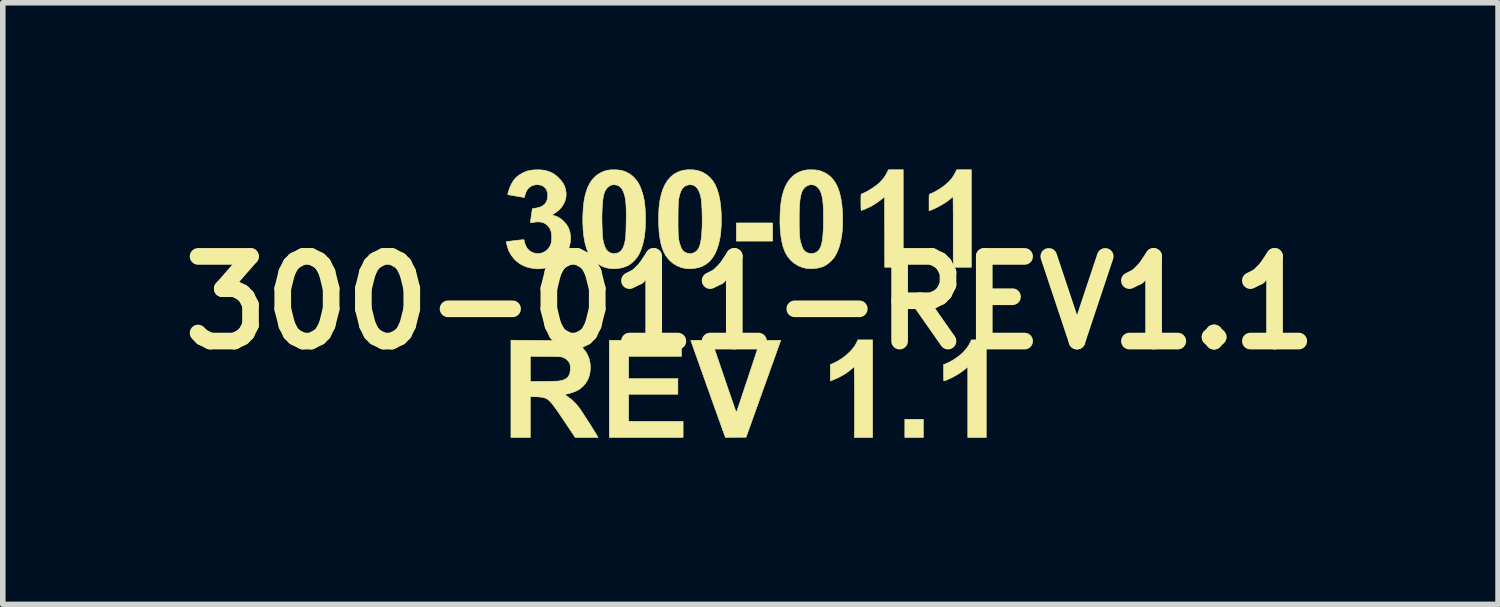
<source format=kicad_pcb>
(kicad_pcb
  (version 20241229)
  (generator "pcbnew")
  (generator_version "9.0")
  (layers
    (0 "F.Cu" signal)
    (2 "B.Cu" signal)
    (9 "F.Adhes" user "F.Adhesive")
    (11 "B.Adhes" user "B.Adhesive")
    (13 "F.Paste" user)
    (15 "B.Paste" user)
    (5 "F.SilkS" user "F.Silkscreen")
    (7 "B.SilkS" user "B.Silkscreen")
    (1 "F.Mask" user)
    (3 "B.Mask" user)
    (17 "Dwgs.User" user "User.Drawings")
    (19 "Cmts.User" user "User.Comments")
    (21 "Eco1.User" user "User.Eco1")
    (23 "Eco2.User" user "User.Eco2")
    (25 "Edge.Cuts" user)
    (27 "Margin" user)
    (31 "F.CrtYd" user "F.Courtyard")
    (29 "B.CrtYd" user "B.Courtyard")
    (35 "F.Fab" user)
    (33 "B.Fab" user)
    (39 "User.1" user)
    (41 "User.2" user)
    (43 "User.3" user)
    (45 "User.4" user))
  (footprint "300-011-REV1.1"
    (layer "F.Cu")
    (at 10.458 2.4)
    (property "Reference" "300-011-REV1.1" (at 0 0 0) (layer "F.SilkS") (effects (font (size 1.524 1.524) (thickness 0.3))))
    (attr through_hole)
    (fp_poly (pts (xy 0.399 -1.11) (xy -0.254 -1.11) (xy -0.254 -1.437) (xy 0.399 -1.437) (xy 0.399 -1.11)) (stroke (width 0.01) (type solid)) (fill yes) (layer "F.SilkS"))
    (fp_poly (pts (xy 3.113 2.424) (xy 2.779 2.424) (xy 2.779 2.097) (xy 3.113 2.097) (xy 3.113 2.424)) (stroke (width 0.01) (type solid)) (fill yes) (layer "F.SilkS"))
    (fp_poly (pts (xy -1.241 0.965) (xy -2.192 0.965) (xy -2.192 1.364) (xy -1.306 1.364) (xy -1.306 1.647) (xy -2.192 1.647) (xy -2.192 2.134) (xy -1.212 2.134) (xy -1.212 2.424) (xy -2.54 2.424) (xy -2.54 0.675) (xy -1.241 0.675) (xy -1.241 0.965)) (stroke (width 0.01) (type solid)) (fill yes) (layer "F.SilkS"))
    (fp_poly (pts (xy 4.245 2.424) (xy 3.912 2.424) (xy 3.912 1.154) (xy 3.863 1.195) (xy 3.797 1.246) (xy 3.721 1.295) (xy 3.641 1.34) (xy 3.561 1.378) (xy 3.529 1.391) (xy 3.505 1.399) (xy 3.487 1.406) (xy 3.48 1.408) (xy 3.479 1.401) (xy 3.478 1.382) (xy 3.477 1.352) (xy 3.476 1.315) (xy 3.476 1.271) (xy 3.476 1.26) (xy 3.476 1.112) (xy 3.511 1.1) (xy 3.568 1.074) (xy 3.631 1.04) (xy 3.695 0.999) (xy 3.757 0.954) (xy 3.813 0.907) (xy 3.82 0.9) (xy 3.884 0.831) (xy 3.935 0.756) (xy 3.956 0.716) (xy 3.978 0.668) (xy 4.245 0.668) (xy 4.245 2.424)) (stroke (width 0.01) (type solid)) (fill yes) (layer "F.SilkS"))
    (fp_poly (pts (xy 2.199 2.424) (xy 1.872 2.424) (xy 1.872 1.789) (xy 1.872 1.694) (xy 1.872 1.604) (xy 1.872 1.519) (xy 1.871 1.44) (xy 1.871 1.369) (xy 1.87 1.306) (xy 1.869 1.252) (xy 1.869 1.21) (xy 1.868 1.178) (xy 1.867 1.159) (xy 1.866 1.154) (xy 1.857 1.159) (xy 1.846 1.169) (xy 1.832 1.182) (xy 1.809 1.201) (xy 1.781 1.224) (xy 1.749 1.247) (xy 1.719 1.269) (xy 1.691 1.287) (xy 1.687 1.29) (xy 1.65 1.311) (xy 1.605 1.335) (xy 1.556 1.359) (xy 1.51 1.379) (xy 1.483 1.39) (xy 1.437 1.408) (xy 1.437 1.113) (xy 1.499 1.085) (xy 1.576 1.046) (xy 1.65 1) (xy 1.719 0.947) (xy 1.782 0.89) (xy 1.836 0.831) (xy 1.881 0.772) (xy 1.913 0.713) (xy 1.917 0.705) (xy 1.932 0.668) (xy 2.199 0.668) (xy 2.199 2.424)) (stroke (width 0.01) (type solid)) (fill yes) (layer "F.SilkS"))
    (fp_poly (pts (xy 2.75 -0.639) (xy 2.417 -0.639) (xy 2.413 -1.908) (xy 2.369 -1.871) (xy 2.313 -1.827) (xy 2.25 -1.784) (xy 2.186 -1.745) (xy 2.177 -1.74) (xy 2.152 -1.727) (xy 2.122 -1.713) (xy 2.089 -1.698) (xy 2.057 -1.684) (xy 2.029 -1.672) (xy 2.007 -1.665) (xy 1.996 -1.662) (xy 1.993 -1.669) (xy 1.991 -1.69) (xy 1.989 -1.726) (xy 1.989 -1.776) (xy 1.988 -1.811) (xy 1.989 -1.862) (xy 1.989 -1.9) (xy 1.99 -1.927) (xy 1.992 -1.945) (xy 1.994 -1.955) (xy 1.997 -1.959) (xy 1.999 -1.959) (xy 2.009 -1.963) (xy 2.03 -1.971) (xy 2.057 -1.984) (xy 2.088 -1.999) (xy 2.137 -2.027) (xy 2.19 -2.06) (xy 2.243 -2.097) (xy 2.291 -2.133) (xy 2.331 -2.167) (xy 2.332 -2.169) (xy 2.368 -2.208) (xy 2.405 -2.255) (xy 2.438 -2.305) (xy 2.458 -2.342) (xy 2.484 -2.395) (xy 2.75 -2.395) (xy 2.75 -0.639)) (stroke (width 0.01) (type solid)) (fill yes) (layer "F.SilkS"))
    (fp_poly (pts (xy 3.977 -0.639) (xy 3.65 -0.639) (xy 3.65 -1.274) (xy 3.65 -1.368) (xy 3.65 -1.459) (xy 3.65 -1.544) (xy 3.65 -1.622) (xy 3.649 -1.694) (xy 3.649 -1.757) (xy 3.648 -1.81) (xy 3.648 -1.853) (xy 3.647 -1.884) (xy 3.647 -1.903) (xy 3.646 -1.909) (xy 3.639 -1.904) (xy 3.624 -1.892) (xy 3.605 -1.876) (xy 3.604 -1.875) (xy 3.556 -1.836) (xy 3.497 -1.796) (xy 3.431 -1.756) (xy 3.362 -1.718) (xy 3.292 -1.685) (xy 3.246 -1.666) (xy 3.215 -1.655) (xy 3.215 -1.804) (xy 3.215 -1.854) (xy 3.215 -1.892) (xy 3.216 -1.919) (xy 3.218 -1.937) (xy 3.22 -1.948) (xy 3.223 -1.954) (xy 3.227 -1.957) (xy 3.228 -1.957) (xy 3.267 -1.973) (xy 3.313 -1.995) (xy 3.361 -2.022) (xy 3.407 -2.05) (xy 3.418 -2.057) (xy 3.498 -2.115) (xy 3.564 -2.173) (xy 3.619 -2.233) (xy 3.662 -2.295) (xy 3.681 -2.331) (xy 3.712 -2.394) (xy 3.977 -2.395) (xy 3.977 -0.639)) (stroke (width 0.01) (type solid)) (fill yes) (layer "F.SilkS"))
    (fp_poly (pts (xy 0.54 0.691) (xy 0.537 0.7) (xy 0.529 0.722) (xy 0.517 0.755) (xy 0.502 0.8) (xy 0.482 0.855) (xy 0.459 0.919) (xy 0.433 0.993) (xy 0.404 1.074) (xy 0.372 1.162) (xy 0.339 1.256) (xy 0.303 1.355) (xy 0.266 1.459) (xy 0.228 1.564) (xy -0.078 2.42) (xy -0.264 2.422) (xy -0.45 2.424) (xy -0.458 2.404) (xy -0.462 2.392) (xy -0.471 2.368) (xy -0.484 2.333) (xy -0.5 2.288) (xy -0.52 2.233) (xy -0.542 2.169) (xy -0.568 2.099) (xy -0.595 2.022) (xy -0.625 1.94) (xy -0.656 1.853) (xy -0.688 1.763) (xy -0.721 1.671) (xy -0.754 1.577) (xy -0.788 1.483) (xy -0.821 1.389) (xy -0.854 1.297) (xy -0.886 1.208) (xy -0.916 1.122) (xy -0.945 1.041) (xy -0.972 0.966) (xy -0.997 0.897) (xy -1.018 0.836) (xy -1.037 0.783) (xy -1.052 0.74) (xy -1.064 0.708) (xy -1.071 0.687) (xy -1.074 0.679) (xy -1.074 0.679) (xy -1.067 0.678) (xy -1.048 0.677) (xy -1.017 0.676) (xy -0.978 0.675) (xy -0.933 0.675) (xy -0.887 0.675) (xy -0.7 0.675) (xy -0.479 1.324) (xy -0.447 1.418) (xy -0.417 1.507) (xy -0.388 1.591) (xy -0.361 1.669) (xy -0.336 1.741) (xy -0.314 1.805) (xy -0.295 1.86) (xy -0.279 1.905) (xy -0.267 1.94) (xy -0.258 1.963) (xy -0.254 1.973) (xy -0.254 1.974) (xy -0.251 1.967) (xy -0.244 1.948) (xy -0.233 1.916) (xy -0.219 1.874) (xy -0.201 1.821) (xy -0.18 1.76) (xy -0.157 1.691) (xy -0.132 1.614) (xy -0.104 1.531) (xy -0.075 1.443) (xy -0.044 1.351) (xy -0.036 1.326) (xy 0.178 0.679) (xy 0.545 0.675) (xy 0.54 0.691)) (stroke (width 0.01) (type solid)) (fill yes) (layer "F.SilkS"))
    (fp_poly (pts (xy -1.017 -2.392) (xy -0.955 -2.382) (xy -0.897 -2.364) (xy -0.853 -2.345) (xy -0.787 -2.305) (xy -0.729 -2.256) (xy -0.678 -2.196) (xy -0.635 -2.126) (xy -0.6 -2.044) (xy -0.571 -1.95) (xy -0.549 -1.845) (xy -0.534 -1.728) (xy -0.525 -1.598) (xy -0.525 -1.57) (xy -0.524 -1.425) (xy -0.532 -1.292) (xy -0.547 -1.171) (xy -0.571 -1.061) (xy -0.602 -0.963) (xy -0.64 -0.877) (xy -0.687 -0.803) (xy -0.741 -0.741) (xy -0.802 -0.692) (xy -0.871 -0.654) (xy -0.938 -0.632) (xy -0.984 -0.623) (xy -1.037 -0.616) (xy -1.09 -0.613) (xy -1.139 -0.614) (xy -1.161 -0.616) (xy -1.246 -0.635) (xy -1.324 -0.667) (xy -1.395 -0.711) (xy -1.441 -0.749) (xy -1.488 -0.799) (xy -1.529 -0.856) (xy -1.563 -0.921) (xy -1.591 -0.994) (xy -1.614 -1.077) (xy -1.631 -1.17) (xy -1.644 -1.275) (xy -1.651 -1.392) (xy -1.652 -1.43) (xy -1.653 -1.496) (xy -1.303 -1.496) (xy -1.303 -1.427) (xy -1.303 -1.361) (xy -1.301 -1.299) (xy -1.3 -1.245) (xy -1.297 -1.199) (xy -1.294 -1.165) (xy -1.293 -1.154) (xy -1.283 -1.101) (xy -1.268 -1.049) (xy -1.252 -1.003) (xy -1.235 -0.965) (xy -1.228 -0.954) (xy -1.2 -0.924) (xy -1.162 -0.902) (xy -1.119 -0.888) (xy -1.089 -0.885) (xy -1.053 -0.889) (xy -1.019 -0.9) (xy -1.008 -0.905) (xy -0.979 -0.924) (xy -0.953 -0.949) (xy -0.932 -0.982) (xy -0.914 -1.023) (xy -0.9 -1.073) (xy -0.889 -1.135) (xy -0.88 -1.207) (xy -0.874 -1.293) (xy -0.871 -1.339) (xy -0.869 -1.401) (xy -0.868 -1.469) (xy -0.869 -1.54) (xy -0.87 -1.611) (xy -0.872 -1.68) (xy -0.876 -1.745) (xy -0.88 -1.802) (xy -0.884 -1.85) (xy -0.889 -1.881) (xy -0.906 -1.954) (xy -0.929 -2.014) (xy -0.958 -2.062) (xy -0.992 -2.096) (xy -1.032 -2.117) (xy -1.077 -2.125) (xy -1.123 -2.121) (xy -1.165 -2.107) (xy -1.2 -2.083) (xy -1.23 -2.048) (xy -1.255 -2.003) (xy -1.274 -1.944) (xy -1.29 -1.874) (xy -1.293 -1.846) (xy -1.296 -1.806) (xy -1.299 -1.756) (xy -1.301 -1.698) (xy -1.302 -1.634) (xy -1.303 -1.566) (xy -1.303 -1.496) (xy -1.653 -1.496) (xy -1.653 -1.577) (xy -1.646 -1.712) (xy -1.631 -1.834) (xy -1.607 -1.945) (xy -1.576 -2.044) (xy -1.537 -2.13) (xy -1.49 -2.205) (xy -1.435 -2.267) (xy -1.373 -2.317) (xy -1.324 -2.345) (xy -1.267 -2.369) (xy -1.208 -2.385) (xy -1.144 -2.393) (xy -1.089 -2.395) (xy -1.017 -2.392)) (stroke (width 0.01) (type solid)) (fill yes) (layer "F.SilkS"))
    (fp_poly (pts (xy -3.83 0.677) (xy -3.73 0.678) (xy -3.644 0.679) (xy -3.57 0.68) (xy -3.507 0.681) (xy -3.453 0.682) (xy -3.408 0.683) (xy -3.369 0.685) (xy -3.337 0.687) (xy -3.309 0.69) (xy -3.285 0.693) (xy -3.263 0.696) (xy -3.242 0.7) (xy -3.221 0.705) (xy -3.211 0.708) (xy -3.137 0.733) (xy -3.071 0.771) (xy -3.013 0.82) (xy -2.965 0.88) (xy -2.936 0.931) (xy -2.907 0.998) (xy -2.89 1.063) (xy -2.882 1.133) (xy -2.881 1.165) (xy -2.886 1.241) (xy -2.9 1.311) (xy -2.925 1.378) (xy -2.932 1.392) (xy -2.969 1.452) (xy -3.017 1.507) (xy -3.072 1.552) (xy -3.11 1.576) (xy -3.149 1.594) (xy -3.196 1.612) (xy -3.245 1.628) (xy -3.29 1.64) (xy -3.311 1.644) (xy -3.328 1.648) (xy -3.338 1.652) (xy -3.338 1.653) (xy -3.332 1.659) (xy -3.317 1.671) (xy -3.295 1.687) (xy -3.278 1.698) (xy -3.205 1.755) (xy -3.136 1.824) (xy -3.073 1.903) (xy -3.07 1.907) (xy -3.056 1.927) (xy -3.037 1.957) (xy -3.012 1.994) (xy -2.984 2.038) (xy -2.953 2.085) (xy -2.921 2.135) (xy -2.889 2.186) (xy -2.857 2.236) (xy -2.828 2.282) (xy -2.802 2.324) (xy -2.78 2.36) (xy -2.764 2.386) (xy -2.754 2.403) (xy -2.754 2.404) (xy -2.743 2.424) (xy -3.154 2.424) (xy -3.32 2.177) (xy -3.375 2.094) (xy -3.424 2.023) (xy -3.465 1.962) (xy -3.502 1.91) (xy -3.533 1.867) (xy -3.56 1.832) (xy -3.583 1.803) (xy -3.604 1.78) (xy -3.623 1.761) (xy -3.64 1.747) (xy -3.657 1.735) (xy -3.674 1.725) (xy -3.684 1.72) (xy -3.725 1.706) (xy -3.78 1.697) (xy -3.847 1.692) (xy -3.888 1.691) (xy -3.962 1.691) (xy -3.962 2.424) (xy -4.311 2.424) (xy -4.311 1.415) (xy -3.962 1.415) (xy -3.736 1.415) (xy -3.676 1.415) (xy -3.619 1.414) (xy -3.565 1.413) (xy -3.519 1.412) (xy -3.481 1.41) (xy -3.454 1.409) (xy -3.449 1.408) (xy -3.386 1.396) (xy -3.335 1.376) (xy -3.295 1.347) (xy -3.267 1.309) (xy -3.249 1.261) (xy -3.241 1.204) (xy -3.241 1.19) (xy -3.242 1.156) (xy -3.245 1.124) (xy -3.25 1.101) (xy -3.25 1.1) (xy -3.268 1.066) (xy -3.296 1.033) (xy -3.331 1.005) (xy -3.366 0.986) (xy -3.377 0.981) (xy -3.388 0.978) (xy -3.401 0.975) (xy -3.416 0.973) (xy -3.436 0.971) (xy -3.463 0.97) (xy -3.497 0.969) (xy -3.541 0.968) (xy -3.595 0.968) (xy -3.662 0.967) (xy -3.685 0.967) (xy -3.962 0.964) (xy -3.962 1.415) (xy -4.311 1.415) (xy -4.311 0.674) (xy -3.83 0.677)) (stroke (width 0.01) (type solid)) (fill yes) (layer "F.SilkS"))
    (fp_poly (pts (xy 1.125 -2.394) (xy 1.178 -2.39) (xy 1.223 -2.384) (xy 1.28 -2.367) (xy 1.34 -2.34) (xy 1.395 -2.306) (xy 1.435 -2.275) (xy 1.488 -2.219) (xy 1.533 -2.153) (xy 1.572 -2.075) (xy 1.603 -1.987) (xy 1.627 -1.887) (xy 1.645 -1.776) (xy 1.656 -1.652) (xy 1.659 -1.575) (xy 1.66 -1.438) (xy 1.655 -1.313) (xy 1.642 -1.199) (xy 1.622 -1.095) (xy 1.596 -1.001) (xy 1.562 -0.914) (xy 1.551 -0.893) (xy 1.532 -0.856) (xy 1.515 -0.826) (xy 1.495 -0.8) (xy 1.47 -0.773) (xy 1.452 -0.754) (xy 1.404 -0.71) (xy 1.358 -0.677) (xy 1.31 -0.653) (xy 1.257 -0.635) (xy 1.246 -0.632) (xy 1.195 -0.622) (xy 1.137 -0.615) (xy 1.079 -0.613) (xy 1.027 -0.616) (xy 1.017 -0.617) (xy 0.936 -0.635) (xy 0.86 -0.667) (xy 0.79 -0.71) (xy 0.727 -0.764) (xy 0.673 -0.828) (xy 0.629 -0.901) (xy 0.615 -0.933) (xy 0.586 -1.013) (xy 0.564 -1.106) (xy 0.547 -1.21) (xy 0.536 -1.324) (xy 0.531 -1.447) (xy 0.532 -1.5) (xy 0.878 -1.5) (xy 0.878 -1.425) (xy 0.879 -1.353) (xy 0.881 -1.286) (xy 0.884 -1.227) (xy 0.888 -1.177) (xy 0.892 -1.145) (xy 0.902 -1.099) (xy 0.915 -1.052) (xy 0.93 -1.008) (xy 0.946 -0.973) (xy 0.956 -0.954) (xy 0.987 -0.922) (xy 1.025 -0.9) (xy 1.069 -0.888) (xy 1.116 -0.887) (xy 1.162 -0.898) (xy 1.173 -0.903) (xy 1.201 -0.92) (xy 1.226 -0.942) (xy 1.247 -0.972) (xy 1.265 -1.009) (xy 1.28 -1.054) (xy 1.292 -1.109) (xy 1.301 -1.175) (xy 1.307 -1.251) (xy 1.312 -1.339) (xy 1.314 -1.441) (xy 1.314 -1.513) (xy 1.313 -1.606) (xy 1.312 -1.687) (xy 1.309 -1.756) (xy 1.304 -1.816) (xy 1.298 -1.867) (xy 1.289 -1.912) (xy 1.279 -1.951) (xy 1.267 -1.987) (xy 1.255 -2.015) (xy 1.227 -2.061) (xy 1.192 -2.094) (xy 1.152 -2.116) (xy 1.11 -2.126) (xy 1.066 -2.123) (xy 1.022 -2.107) (xy 0.981 -2.078) (xy 0.976 -2.072) (xy 0.953 -2.046) (xy 0.934 -2.015) (xy 0.919 -1.978) (xy 0.907 -1.932) (xy 0.896 -1.874) (xy 0.895 -1.872) (xy 0.89 -1.832) (xy 0.886 -1.779) (xy 0.882 -1.717) (xy 0.88 -1.649) (xy 0.878 -1.576) (xy 0.878 -1.5) (xy 0.532 -1.5) (xy 0.532 -1.568) (xy 0.539 -1.697) (xy 0.551 -1.814) (xy 0.57 -1.918) (xy 0.596 -2.012) (xy 0.628 -2.094) (xy 0.667 -2.167) (xy 0.713 -2.23) (xy 0.758 -2.277) (xy 0.8 -2.31) (xy 0.851 -2.34) (xy 0.906 -2.365) (xy 0.959 -2.382) (xy 0.969 -2.384) (xy 1.014 -2.391) (xy 1.068 -2.394) (xy 1.125 -2.394)) (stroke (width 0.01) (type solid)) (fill yes) (layer "F.SilkS"))
    (fp_poly (pts (xy -2.424 -2.394) (xy -2.371 -2.39) (xy -2.326 -2.384) (xy -2.252 -2.361) (xy -2.182 -2.325) (xy -2.119 -2.278) (xy -2.097 -2.257) (xy -2.05 -2.203) (xy -2.011 -2.144) (xy -1.979 -2.078) (xy -1.957 -2.017) (xy -1.937 -1.955) (xy -1.922 -1.894) (xy -1.91 -1.832) (xy -1.901 -1.765) (xy -1.895 -1.691) (xy -1.89 -1.607) (xy -1.889 -1.571) (xy -1.889 -1.429) (xy -1.896 -1.297) (xy -1.911 -1.176) (xy -1.934 -1.065) (xy -1.965 -0.966) (xy -2.003 -0.878) (xy -2.005 -0.875) (xy -2.037 -0.823) (xy -2.078 -0.773) (xy -2.124 -0.727) (xy -2.172 -0.689) (xy -2.214 -0.665) (xy -2.285 -0.638) (xy -2.363 -0.62) (xy -2.444 -0.613) (xy -2.522 -0.616) (xy -2.532 -0.617) (xy -2.608 -0.633) (xy -2.677 -0.66) (xy -2.741 -0.698) (xy -2.803 -0.749) (xy -2.82 -0.765) (xy -2.851 -0.798) (xy -2.875 -0.825) (xy -2.893 -0.851) (xy -2.909 -0.88) (xy -2.915 -0.893) (xy -2.951 -0.98) (xy -2.979 -1.079) (xy -2.999 -1.191) (xy -3.012 -1.315) (xy -3.018 -1.452) (xy -3.017 -1.557) (xy -2.673 -1.557) (xy -2.673 -1.493) (xy -2.672 -1.428) (xy -2.67 -1.362) (xy -2.668 -1.3) (xy -2.665 -1.243) (xy -2.662 -1.194) (xy -2.658 -1.156) (xy -2.656 -1.139) (xy -2.646 -1.093) (xy -2.633 -1.046) (xy -2.617 -1.002) (xy -2.6 -0.967) (xy -2.59 -0.951) (xy -2.559 -0.92) (xy -2.52 -0.898) (xy -2.475 -0.887) (xy -2.453 -0.886) (xy -2.404 -0.892) (xy -2.375 -0.903) (xy -2.341 -0.924) (xy -2.314 -0.955) (xy -2.291 -0.996) (xy -2.276 -1.037) (xy -2.267 -1.067) (xy -2.26 -1.096) (xy -2.254 -1.126) (xy -2.249 -1.16) (xy -2.246 -1.198) (xy -2.243 -1.244) (xy -2.24 -1.299) (xy -2.239 -1.364) (xy -2.237 -1.441) (xy -2.237 -1.451) (xy -2.236 -1.545) (xy -2.236 -1.626) (xy -2.237 -1.696) (xy -2.24 -1.757) (xy -2.244 -1.809) (xy -2.249 -1.855) (xy -2.256 -1.897) (xy -2.266 -1.935) (xy -2.277 -1.972) (xy -2.287 -1.999) (xy -2.307 -2.04) (xy -2.336 -2.076) (xy -2.369 -2.103) (xy -2.404 -2.118) (xy -2.452 -2.125) (xy -2.495 -2.121) (xy -2.533 -2.105) (xy -2.571 -2.074) (xy -2.574 -2.071) (xy -2.596 -2.046) (xy -2.615 -2.015) (xy -2.63 -1.978) (xy -2.643 -1.934) (xy -2.653 -1.881) (xy -2.66 -1.817) (xy -2.666 -1.742) (xy -2.67 -1.669) (xy -2.672 -1.616) (xy -2.673 -1.557) (xy -3.017 -1.557) (xy -3.017 -1.566) (xy -3.01 -1.695) (xy -2.998 -1.812) (xy -2.979 -1.916) (xy -2.954 -2.009) (xy -2.923 -2.091) (xy -2.884 -2.164) (xy -2.839 -2.227) (xy -2.794 -2.274) (xy -2.748 -2.31) (xy -2.693 -2.342) (xy -2.635 -2.368) (xy -2.58 -2.384) (xy -2.535 -2.391) (xy -2.481 -2.394) (xy -2.424 -2.394)) (stroke (width 0.01) (type solid)) (fill yes) (layer "F.SilkS"))
    (fp_poly (pts (xy -3.782 -2.393) (xy -3.725 -2.387) (xy -3.69 -2.381) (xy -3.625 -2.362) (xy -3.57 -2.338) (xy -3.52 -2.307) (xy -3.471 -2.266) (xy -3.451 -2.246) (xy -3.406 -2.198) (xy -3.373 -2.152) (xy -3.348 -2.105) (xy -3.33 -2.053) (xy -3.328 -2.043) (xy -3.317 -1.973) (xy -3.32 -1.904) (xy -3.336 -1.836) (xy -3.365 -1.772) (xy -3.406 -1.712) (xy -3.458 -1.659) (xy -3.518 -1.615) (xy -3.54 -1.601) (xy -3.556 -1.589) (xy -3.563 -1.582) (xy -3.563 -1.582) (xy -3.557 -1.577) (xy -3.541 -1.571) (xy -3.529 -1.568) (xy -3.47 -1.546) (xy -3.412 -1.511) (xy -3.357 -1.463) (xy -3.356 -1.463) (xy -3.307 -1.404) (xy -3.271 -1.339) (xy -3.248 -1.268) (xy -3.238 -1.19) (xy -3.237 -1.163) (xy -3.244 -1.078) (xy -3.264 -0.997) (xy -3.296 -0.921) (xy -3.339 -0.85) (xy -3.393 -0.787) (xy -3.456 -0.732) (xy -3.527 -0.686) (xy -3.605 -0.65) (xy -3.689 -0.626) (xy -3.741 -0.617) (xy -3.782 -0.613) (xy -3.814 -0.611) (xy -3.845 -0.611) (xy -3.879 -0.614) (xy -3.904 -0.617) (xy -3.995 -0.634) (xy -4.077 -0.663) (xy -4.152 -0.703) (xy -4.22 -0.756) (xy -4.255 -0.791) (xy -4.307 -0.858) (xy -4.349 -0.934) (xy -4.378 -1.018) (xy -4.389 -1.068) (xy -4.396 -1.101) (xy -4.239 -1.12) (xy -4.193 -1.125) (xy -4.152 -1.13) (xy -4.118 -1.133) (xy -4.093 -1.135) (xy -4.079 -1.135) (xy -4.077 -1.135) (xy -4.073 -1.126) (xy -4.071 -1.114) (xy -4.068 -1.092) (xy -4.058 -1.062) (xy -4.045 -1.03) (xy -4.03 -0.999) (xy -4.019 -0.981) (xy -4 -0.959) (xy -3.976 -0.937) (xy -3.96 -0.925) (xy -3.909 -0.9) (xy -3.854 -0.887) (xy -3.799 -0.887) (xy -3.746 -0.899) (xy -3.696 -0.923) (xy -3.653 -0.959) (xy -3.652 -0.96) (xy -3.62 -1) (xy -3.598 -1.042) (xy -3.584 -1.088) (xy -3.578 -1.143) (xy -3.577 -1.178) (xy -3.58 -1.237) (xy -3.59 -1.287) (xy -3.607 -1.33) (xy -3.633 -1.369) (xy -3.65 -1.389) (xy -3.691 -1.423) (xy -3.739 -1.445) (xy -3.794 -1.456) (xy -3.857 -1.455) (xy -3.897 -1.449) (xy -3.924 -1.444) (xy -3.946 -1.44) (xy -3.958 -1.439) (xy -3.96 -1.439) (xy -3.959 -1.447) (xy -3.957 -1.465) (xy -3.954 -1.493) (xy -3.95 -1.527) (xy -3.945 -1.563) (xy -3.94 -1.6) (xy -3.935 -1.635) (xy -3.93 -1.664) (xy -3.927 -1.684) (xy -3.925 -1.694) (xy -3.925 -1.694) (xy -3.917 -1.696) (xy -3.898 -1.699) (xy -3.872 -1.703) (xy -3.863 -1.704) (xy -3.799 -1.718) (xy -3.746 -1.741) (xy -3.705 -1.774) (xy -3.674 -1.815) (xy -3.655 -1.866) (xy -3.648 -1.925) (xy -3.648 -1.935) (xy -3.654 -1.991) (xy -3.672 -2.038) (xy -3.7 -2.075) (xy -3.738 -2.103) (xy -3.785 -2.12) (xy -3.84 -2.126) (xy -3.859 -2.125) (xy -3.914 -2.114) (xy -3.961 -2.092) (xy -4.001 -2.057) (xy -4.032 -2.011) (xy -4.053 -1.955) (xy -4.058 -1.938) (xy -4.063 -1.916) (xy -4.066 -1.901) (xy -4.067 -1.896) (xy -4.075 -1.897) (xy -4.093 -1.899) (xy -4.121 -1.904) (xy -4.156 -1.909) (xy -4.195 -1.916) (xy -4.235 -1.923) (xy -4.273 -1.93) (xy -4.309 -1.936) (xy -4.338 -1.941) (xy -4.358 -1.945) (xy -4.366 -1.947) (xy -4.367 -1.948) (xy -4.367 -1.957) (xy -4.363 -1.977) (xy -4.355 -2.005) (xy -4.344 -2.037) (xy -4.332 -2.072) (xy -4.318 -2.105) (xy -4.306 -2.133) (xy -4.267 -2.199) (xy -4.217 -2.257) (xy -4.156 -2.305) (xy -4.084 -2.345) (xy -4.01 -2.373) (xy -3.962 -2.384) (xy -3.905 -2.391) (xy -3.844 -2.394) (xy -3.782 -2.393)) (stroke (width 0.01) (type solid)) (fill yes) (layer "F.SilkS")))
  (gr_rect
    (start -3 -3)
    (end 23.915 7.829)
    (stroke (width 0.1) (type default))
    (fill no)
    (layer "Edge.Cuts")))
</source>
